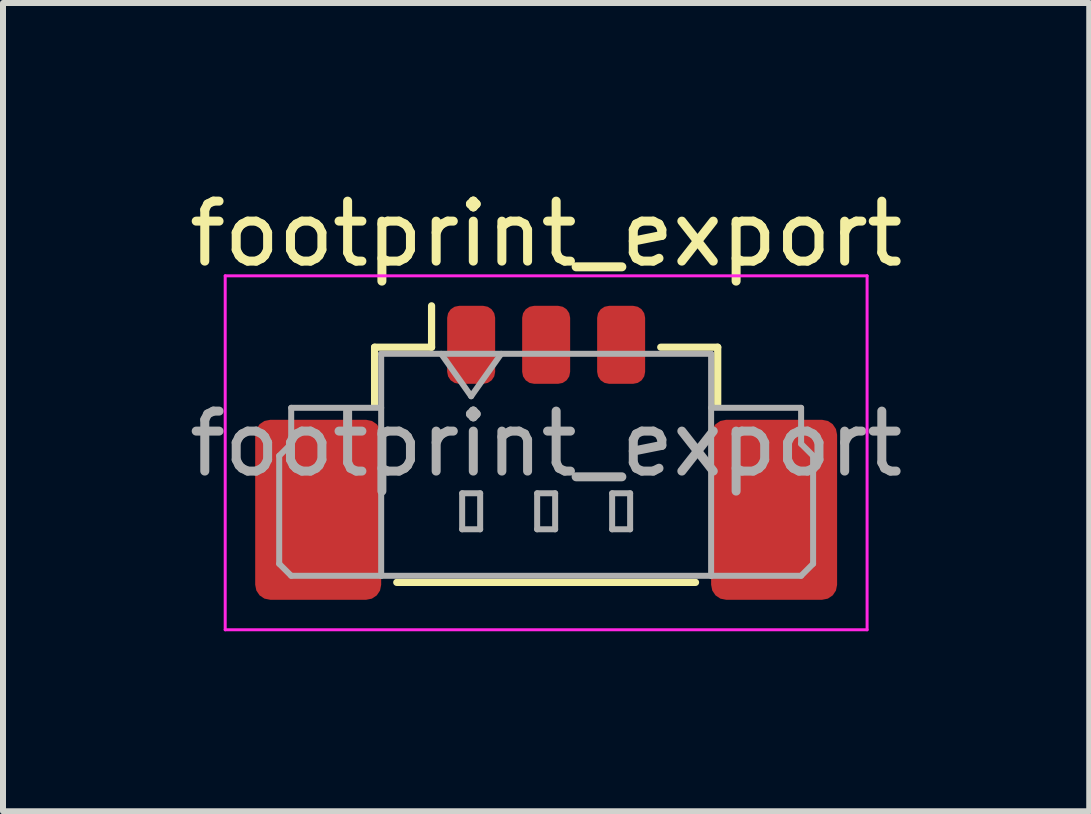
<source format=kicad_pcb>
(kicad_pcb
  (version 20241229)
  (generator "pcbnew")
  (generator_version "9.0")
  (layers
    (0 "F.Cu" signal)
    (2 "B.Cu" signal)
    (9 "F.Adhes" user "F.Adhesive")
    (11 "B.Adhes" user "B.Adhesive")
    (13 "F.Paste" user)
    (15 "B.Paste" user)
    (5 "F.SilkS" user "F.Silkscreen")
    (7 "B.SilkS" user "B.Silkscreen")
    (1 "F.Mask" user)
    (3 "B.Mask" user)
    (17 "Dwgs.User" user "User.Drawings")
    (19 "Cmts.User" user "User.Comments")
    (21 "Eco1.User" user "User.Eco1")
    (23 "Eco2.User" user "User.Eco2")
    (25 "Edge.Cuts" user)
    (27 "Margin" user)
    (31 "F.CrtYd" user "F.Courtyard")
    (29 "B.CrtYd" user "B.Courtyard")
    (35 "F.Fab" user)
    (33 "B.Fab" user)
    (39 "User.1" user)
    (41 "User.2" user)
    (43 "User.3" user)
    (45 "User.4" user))
  (footprint "footprint_export"
    (layer "F.Cu")
    (at 6.054 3.948)
    (property "Reference" "footprint_export" (at 0 -3.1 0) (layer "F.SilkS") (effects (font (size 1 1) (thickness 0.15))))
    (attr smd)
    (fp_line (start -2.86 -1.21) (end -1.91 -1.21) (stroke (width 0.12) (type solid)) (layer "F.SilkS"))
    (fp_line (start -2.86 -0.26) (end -2.86 -1.21) (stroke (width 0.12) (type solid)) (layer "F.SilkS"))
    (fp_line (start -2.49 2.71) (end 2.49 2.71) (stroke (width 0.12) (type solid)) (layer "F.SilkS"))
    (fp_line (start -1.91 -1.21) (end -1.91 -1.9) (stroke (width 0.12) (type solid)) (layer "F.SilkS"))
    (fp_line (start 2.86 -1.21) (end 1.91 -1.21) (stroke (width 0.12) (type solid)) (layer "F.SilkS"))
    (fp_line (start 2.86 -0.26) (end 2.86 -1.21) (stroke (width 0.12) (type solid)) (layer "F.SilkS"))
    (fp_line (start -5.35 -2.4) (end -5.35 3.5) (stroke (width 0.05) (type solid)) (layer "F.CrtYd"))
    (fp_line (start -5.35 3.5) (end 5.35 3.5) (stroke (width 0.05) (type solid)) (layer "F.CrtYd"))
    (fp_line (start 5.35 -2.4) (end -5.35 -2.4) (stroke (width 0.05) (type solid)) (layer "F.CrtYd"))
    (fp_line (start 5.35 3.5) (end 5.35 -2.4) (stroke (width 0.05) (type solid)) (layer "F.CrtYd"))
    (fp_line (start -4.45 0.6) (end -4.25 0.4) (stroke (width 0.1) (type solid)) (layer "F.Fab"))
    (fp_line (start -4.45 2.4) (end -4.45 0.6) (stroke (width 0.1) (type solid)) (layer "F.Fab"))
    (fp_line (start -4.25 -0.2) (end -2.75 -0.2) (stroke (width 0.1) (type solid)) (layer "F.Fab"))
    (fp_line (start -4.25 0.4) (end -4.25 -0.2) (stroke (width 0.1) (type solid)) (layer "F.Fab"))
    (fp_line (start -4.25 2.6) (end -4.45 2.4) (stroke (width 0.1) (type solid)) (layer "F.Fab"))
    (fp_line (start -2.75 -1.1) (end -2.75 2.6) (stroke (width 0.1) (type solid)) (layer "F.Fab"))
    (fp_line (start -2.75 -1.1) (end 2.75 -1.1) (stroke (width 0.1) (type solid)) (layer "F.Fab"))
    (fp_line (start -2.75 2.6) (end -4.25 2.6) (stroke (width 0.1) (type solid)) (layer "F.Fab"))
    (fp_line (start -2.75 2.6) (end 2.75 2.6) (stroke (width 0.1) (type solid)) (layer "F.Fab"))
    (fp_line (start -1.75 -1.1) (end -1.25 -0.393) (stroke (width 0.1) (type solid)) (layer "F.Fab"))
    (fp_line (start -1.4 1.225) (end -1.4 1.825) (stroke (width 0.1) (type solid)) (layer "F.Fab"))
    (fp_line (start -1.4 1.825) (end -1.1 1.825) (stroke (width 0.1) (type solid)) (layer "F.Fab"))
    (fp_line (start -1.25 -0.393) (end -0.75 -1.1) (stroke (width 0.1) (type solid)) (layer "F.Fab"))
    (fp_line (start -1.1 1.225) (end -1.4 1.225) (stroke (width 0.1) (type solid)) (layer "F.Fab"))
    (fp_line (start -1.1 1.825) (end -1.1 1.225) (stroke (width 0.1) (type solid)) (layer "F.Fab"))
    (fp_line (start -0.15 1.225) (end -0.15 1.825) (stroke (width 0.1) (type solid)) (layer "F.Fab"))
    (fp_line (start -0.15 1.825) (end 0.15 1.825) (stroke (width 0.1) (type solid)) (layer "F.Fab"))
    (fp_line (start 0.15 1.225) (end -0.15 1.225) (stroke (width 0.1) (type solid)) (layer "F.Fab"))
    (fp_line (start 0.15 1.825) (end 0.15 1.225) (stroke (width 0.1) (type solid)) (layer "F.Fab"))
    (fp_line (start 1.1 1.225) (end 1.1 1.825) (stroke (width 0.1) (type solid)) (layer "F.Fab"))
    (fp_line (start 1.1 1.825) (end 1.4 1.825) (stroke (width 0.1) (type solid)) (layer "F.Fab"))
    (fp_line (start 1.4 1.225) (end 1.1 1.225) (stroke (width 0.1) (type solid)) (layer "F.Fab"))
    (fp_line (start 1.4 1.825) (end 1.4 1.225) (stroke (width 0.1) (type solid)) (layer "F.Fab"))
    (fp_line (start 2.75 -1.1) (end 2.75 2.6) (stroke (width 0.1) (type solid)) (layer "F.Fab"))
    (fp_line (start 2.75 2.6) (end 4.25 2.6) (stroke (width 0.1) (type solid)) (layer "F.Fab"))
    (fp_line (start 4.25 -0.2) (end 2.75 -0.2) (stroke (width 0.1) (type solid)) (layer "F.Fab"))
    (fp_line (start 4.25 0.4) (end 4.25 -0.2) (stroke (width 0.1) (type solid)) (layer "F.Fab"))
    (fp_line (start 4.25 2.6) (end 4.45 2.4) (stroke (width 0.1) (type solid)) (layer "F.Fab"))
    (fp_line (start 4.45 0.6) (end 4.25 0.4) (stroke (width 0.1) (type solid)) (layer "F.Fab"))
    (fp_line (start 4.45 2.4) (end 4.45 0.6) (stroke (width 0.1) (type solid)) (layer "F.Fab"))
    (fp_text user "${REFERENCE}" (at 0 0.4 0) (layer "F.Fab") (effects (font (size 1 1) (thickness 0.15))))
    (pad "1" smd roundrect (at -1.25 -1.25) (size 0.8 1.3) (layers "F.Cu" "F.Mask" "F.Paste") (roundrect_rratio 0.25))
    (pad "2" smd roundrect (at 0 -1.25) (size 0.8 1.3) (layers "F.Cu" "F.Mask" "F.Paste") (roundrect_rratio 0.25))
    (pad "3" smd roundrect (at 1.25 -1.25) (size 0.8 1.3) (layers "F.Cu" "F.Mask" "F.Paste") (roundrect_rratio 0.25))
    (pad "MP" smd roundrect (at -3.8 1.5) (size 2.1 3) (layers "F.Cu" "F.Mask" "F.Paste") (roundrect_rratio 0.119))
    (pad "MP" smd roundrect (at 3.8 1.5) (size 2.1 3) (layers "F.Cu" "F.Mask" "F.Paste") (roundrect_rratio 0.119)))
  (gr_rect
    (start -3 -3)
    (end 15.107 10.473)
    (stroke (width 0.1) (type default))
    (fill no)
    (layer "Edge.Cuts")))
</source>
